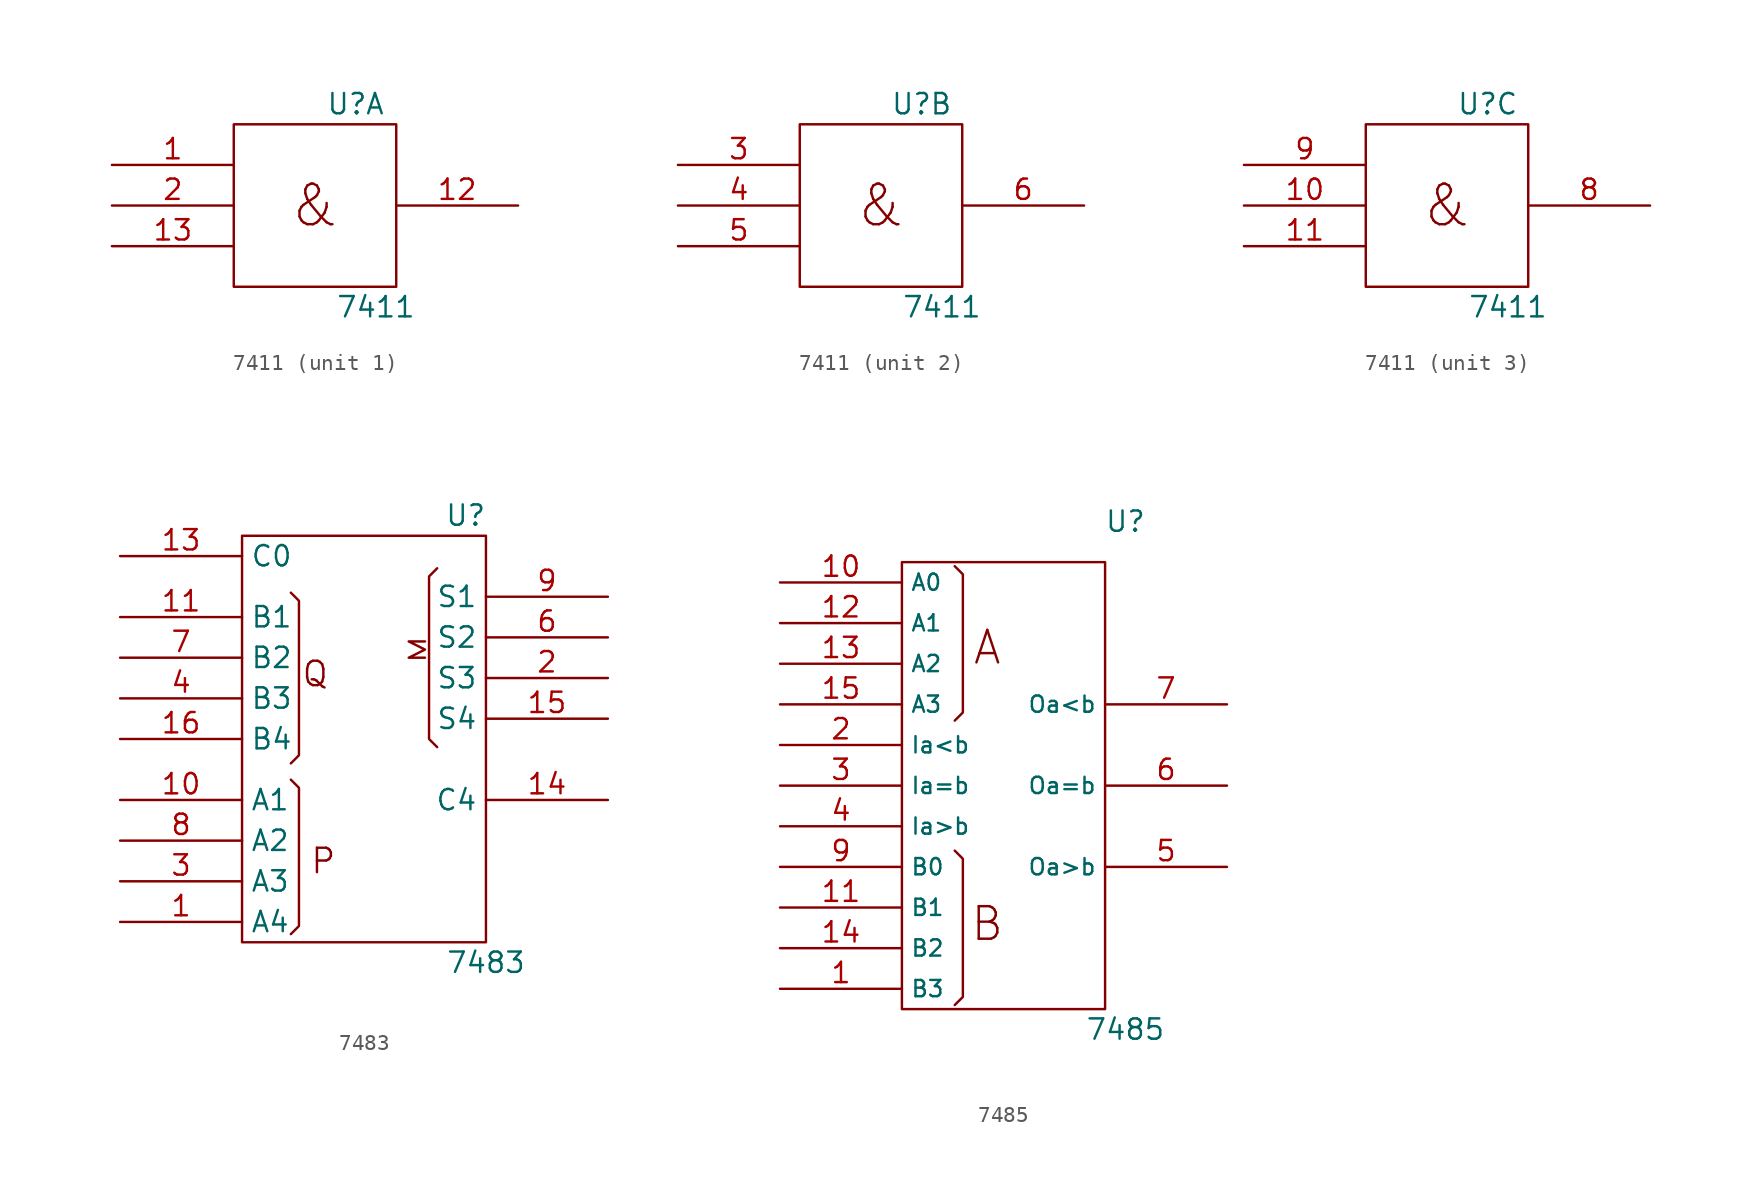
<source format=kicad_sym>
(kicad_symbol_lib
  (version 20231120)
  (generator "kicad_symbol_editor")
  (generator_version "8.0")
  (symbol "7411"
    (pin_names
      (offset 0.762))
    (property "Reference" "U"
      (at 2.54 6.35 0)
      (effects (font (size 1.27 1.27))))
    (property "Value" "7411"
      (at 3.81 -6.35 0)
      (effects (font (size 1.27 1.27))))
    (symbol "7411_0_0"
      (text "&" (at 0 0 0) (effects (font (size 2.54 2.54)))))
    (symbol "7411_0_1"
      (rectangle (start -5.08 5.08) (end 5.08 -5.08) (stroke (width 0) (type default)) (fill (type none)))
      (pin power_in line (at 0 5.08 270) (length 0) hide (name "Vcc" (effects (font (size 1.27 1.27)))) (number "14" (effects (font (size 1.27 1.27)))))
      (pin power_in line (at 0 -5.08 90) (length 0) hide (name "Gnd" (effects (font (size 1.27 1.27)))) (number "7" (effects (font (size 1.27 1.27))))))
    (symbol "7411_1_1"
      (pin input line (at -12.7 2.54 0) (length 7.62) (name "~" (effects (font (size 1.27 1.27)))) (number "1" (effects (font (size 1.27 1.27)))))
      (pin output line (at 12.7 0 180) (length 7.62) (name "~" (effects (font (size 1.27 1.27)))) (number "12" (effects (font (size 1.27 1.27)))))
      (pin input line (at -12.7 -2.54 0) (length 7.62) (name "~" (effects (font (size 1.27 1.27)))) (number "13" (effects (font (size 1.27 1.27)))))
      (pin input line (at -12.7 0 0) (length 7.62) (name "~" (effects (font (size 1.27 1.27)))) (number "2" (effects (font (size 1.27 1.27))))))
    (symbol "7411_2_1"
      (pin input line (at -12.7 2.54 0) (length 7.62) (name "~" (effects (font (size 1.27 1.27)))) (number "3" (effects (font (size 1.27 1.27)))))
      (pin input line (at -12.7 0 0) (length 7.62) (name "~" (effects (font (size 1.27 1.27)))) (number "4" (effects (font (size 1.27 1.27)))))
      (pin input line (at -12.7 -2.54 0) (length 7.62) (name "~" (effects (font (size 1.27 1.27)))) (number "5" (effects (font (size 1.27 1.27)))))
      (pin output line (at 12.7 0 180) (length 7.62) (name "~" (effects (font (size 1.27 1.27)))) (number "6" (effects (font (size 1.27 1.27))))))
    (symbol "7411_3_1"
      (pin input line (at -12.7 0 0) (length 7.62) (name "~" (effects (font (size 1.27 1.27)))) (number "10" (effects (font (size 1.27 1.27)))))
      (pin input line (at -12.7 -2.54 0) (length 7.62) (name "~" (effects (font (size 1.27 1.27)))) (number "11" (effects (font (size 1.27 1.27)))))
      (pin output line (at 12.7 0 180) (length 7.62) (name "~" (effects (font (size 1.27 1.27)))) (number "8" (effects (font (size 1.27 1.27)))))
      (pin input line (at -12.7 2.54 0) (length 7.62) (name "~" (effects (font (size 1.27 1.27)))) (number "9" (effects (font (size 1.27 1.27)))))))
  (symbol "7483"
    (property "Reference" "U"
      (at 6.35 13.97 0)
      (effects (font (size 1.27 1.27))))
    (property "Value" "7483"
      (at 7.62 -13.97 0)
      (effects (font (size 1.27 1.27))))
    (symbol "7483_0_0"
      (rectangle (start -7.62 12.7) (end 7.62 -12.7) (stroke (width 0) (type default)) (fill (type none)))
      (polyline (pts (xy -4.572 -12.192) (xy -4.064 -11.684) (xy -4.064 -3.048) (xy -4.572 -2.54) (xy -4.572 -2.54)) (stroke (width 0) (type default)) (fill (type none)))
      (polyline (pts (xy -4.572 9.144) (xy -4.064 8.636) (xy -4.064 -1.016) (xy -4.572 -1.524) (xy -4.572 -1.524)) (stroke (width 0) (type default)) (fill (type none)))
      (polyline (pts (xy 4.572 10.668) (xy 4.064 10.16) (xy 4.064 0) (xy 4.572 -0.508) (xy 4.572 -0.508)) (stroke (width 0) (type default)) (fill (type none)))
      (polyline (pts (xy 3.81 6.096) (xy 2.794 6.096) (xy 3.81 5.588) (xy 2.794 5.08) (xy 3.81 5.08) (xy 3.81 5.08)) (stroke (width 0) (type default)) (fill (type none)))
      (text "P" (at -2.54 -7.62 0) (effects (font (size 1.524 1.524))))
      (text "Q" (at -3.048 4.064 0) (effects (font (size 1.524 1.524))))
      (pin power_in line (at 0 -12.7 90) (length 0) hide (name "GND" (effects (font (size 1.27 1.27)))) (number "12" (effects (font (size 1.27 1.27)))))
      (pin power_in line (at 0 12.7 270) (length 0) hide (name "VCC" (effects (font (size 1.27 1.27)))) (number "5" (effects (font (size 1.27 1.27))))))
    (symbol "7483_1_1"
      (pin input line (at -15.24 -11.43 0) (length 7.62) (name "A4" (effects (font (size 1.27 1.27)))) (number "1" (effects (font (size 1.27 1.27)))))
      (pin input line (at -15.24 -3.81 0) (length 7.62) (name "A1" (effects (font (size 1.27 1.27)))) (number "10" (effects (font (size 1.27 1.27)))))
      (pin input line (at -15.24 7.62 0) (length 7.62) (name "B1" (effects (font (size 1.27 1.27)))) (number "11" (effects (font (size 1.27 1.27)))))
      (pin input line (at -15.24 11.43 0) (length 7.62) (name "C0" (effects (font (size 1.27 1.27)))) (number "13" (effects (font (size 1.27 1.27)))))
      (pin output line (at 15.24 -3.81 180) (length 7.62) (name "C4" (effects (font (size 1.27 1.27)))) (number "14" (effects (font (size 1.27 1.27)))))
      (pin output line (at 15.24 1.27 180) (length 7.62) (name "S4" (effects (font (size 1.27 1.27)))) (number "15" (effects (font (size 1.27 1.27)))))
      (pin input line (at -15.24 0 0) (length 7.62) (name "B4" (effects (font (size 1.27 1.27)))) (number "16" (effects (font (size 1.27 1.27)))))
      (pin output line (at 15.24 3.81 180) (length 7.62) (name "S3" (effects (font (size 1.27 1.27)))) (number "2" (effects (font (size 1.27 1.27)))))
      (pin input line (at -15.24 -8.89 0) (length 7.62) (name "A3" (effects (font (size 1.27 1.27)))) (number "3" (effects (font (size 1.27 1.27)))))
      (pin input line (at -15.24 2.54 0) (length 7.62) (name "B3" (effects (font (size 1.27 1.27)))) (number "4" (effects (font (size 1.27 1.27)))))
      (pin output line (at 15.24 6.35 180) (length 7.62) (name "S2" (effects (font (size 1.27 1.27)))) (number "6" (effects (font (size 1.27 1.27)))))
      (pin input line (at -15.24 5.08 0) (length 7.62) (name "B2" (effects (font (size 1.27 1.27)))) (number "7" (effects (font (size 1.27 1.27)))))
      (pin input line (at -15.24 -6.35 0) (length 7.62) (name "A2" (effects (font (size 1.27 1.27)))) (number "8" (effects (font (size 1.27 1.27)))))
      (pin output line (at 15.24 8.89 180) (length 7.62) (name "S1" (effects (font (size 1.27 1.27)))) (number "9" (effects (font (size 1.27 1.27)))))))
  (symbol "7485"
    (property "Reference" "U"
      (at 7.62 16.51 0)
      (effects (font (size 1.27 1.27))))
    (property "Value" "7485"
      (at 7.62 -15.24 0)
      (effects (font (size 1.27 1.27))))
    (symbol "7485_0_0"
      (rectangle (start -6.35 13.97) (end 6.35 -13.97) (stroke (width 0) (type default)) (fill (type none)))
      (polyline (pts (xy -3.048 -13.716) (xy -2.54 -13.208) (xy -2.54 -4.572) (xy -3.048 -4.064) (xy -3.048 -4.064)) (stroke (width 0) (type default)) (fill (type none)))
      (polyline (pts (xy -3.048 13.716) (xy -2.54 13.208) (xy -2.54 4.572) (xy -3.048 4.064) (xy -3.048 4.064)) (stroke (width 0) (type default)) (fill (type none)))
      (text "A" (at -1.016 8.636 0) (effects (font (size 2.032 2.032))))
      (text "B" (at -1.016 -8.636 0) (effects (font (size 2.032 2.032))))
      (pin power_in line (at 0 13.97 270) (length 0) hide (name "VCC" (effects (font (size 1.016 1.016)))) (number "16" (effects (font (size 1.27 1.27)))))
      (pin power_in line (at 0 -13.97 90) (length 0) hide (name "GND" (effects (font (size 1.016 1.016)))) (number "8" (effects (font (size 1.27 1.27))))))
    (symbol "7485_1_1"
      (pin input line (at -13.97 -12.7 0) (length 7.62) (name "B3" (effects (font (size 1.016 1.016)))) (number "1" (effects (font (size 1.27 1.27)))))
      (pin input line (at -13.97 12.7 0) (length 7.62) (name "A0" (effects (font (size 1.016 1.016)))) (number "10" (effects (font (size 1.27 1.27)))))
      (pin input line (at -13.97 -7.62 0) (length 7.62) (name "B1" (effects (font (size 1.016 1.016)))) (number "11" (effects (font (size 1.27 1.27)))))
      (pin input line (at -13.97 10.16 0) (length 7.62) (name "A1" (effects (font (size 1.016 1.016)))) (number "12" (effects (font (size 1.27 1.27)))))
      (pin input line (at -13.97 7.62 0) (length 7.62) (name "A2" (effects (font (size 1.016 1.016)))) (number "13" (effects (font (size 1.27 1.27)))))
      (pin input line (at -13.97 -10.16 0) (length 7.62) (name "B2" (effects (font (size 1.016 1.016)))) (number "14" (effects (font (size 1.27 1.27)))))
      (pin input line (at -13.97 5.08 0) (length 7.62) (name "A3" (effects (font (size 1.016 1.016)))) (number "15" (effects (font (size 1.27 1.27)))))
      (pin input line (at -13.97 2.54 0) (length 7.62) (name "Ia<b" (effects (font (size 1.016 1.016)))) (number "2" (effects (font (size 1.27 1.27)))))
      (pin input line (at -13.97 0 0) (length 7.62) (name "Ia=b" (effects (font (size 1.016 1.016)))) (number "3" (effects (font (size 1.27 1.27)))))
      (pin input line (at -13.97 -2.54 0) (length 7.62) (name "Ia>b" (effects (font (size 1.016 1.016)))) (number "4" (effects (font (size 1.27 1.27)))))
      (pin output line (at 13.97 -5.08 180) (length 7.62) (name "Oa>b" (effects (font (size 1.016 1.016)))) (number "5" (effects (font (size 1.27 1.27)))))
      (pin output line (at 13.97 0 180) (length 7.62) (name "Oa=b" (effects (font (size 1.016 1.016)))) (number "6" (effects (font (size 1.27 1.27)))))
      (pin output line (at 13.97 5.08 180) (length 7.62) (name "Oa<b" (effects (font (size 1.016 1.016)))) (number "7" (effects (font (size 1.27 1.27)))))
      (pin input line (at -13.97 -5.08 0) (length 7.62) (name "B0" (effects (font (size 1.016 1.016)))) (number "9" (effects (font (size 1.27 1.27))))))))
</source>
